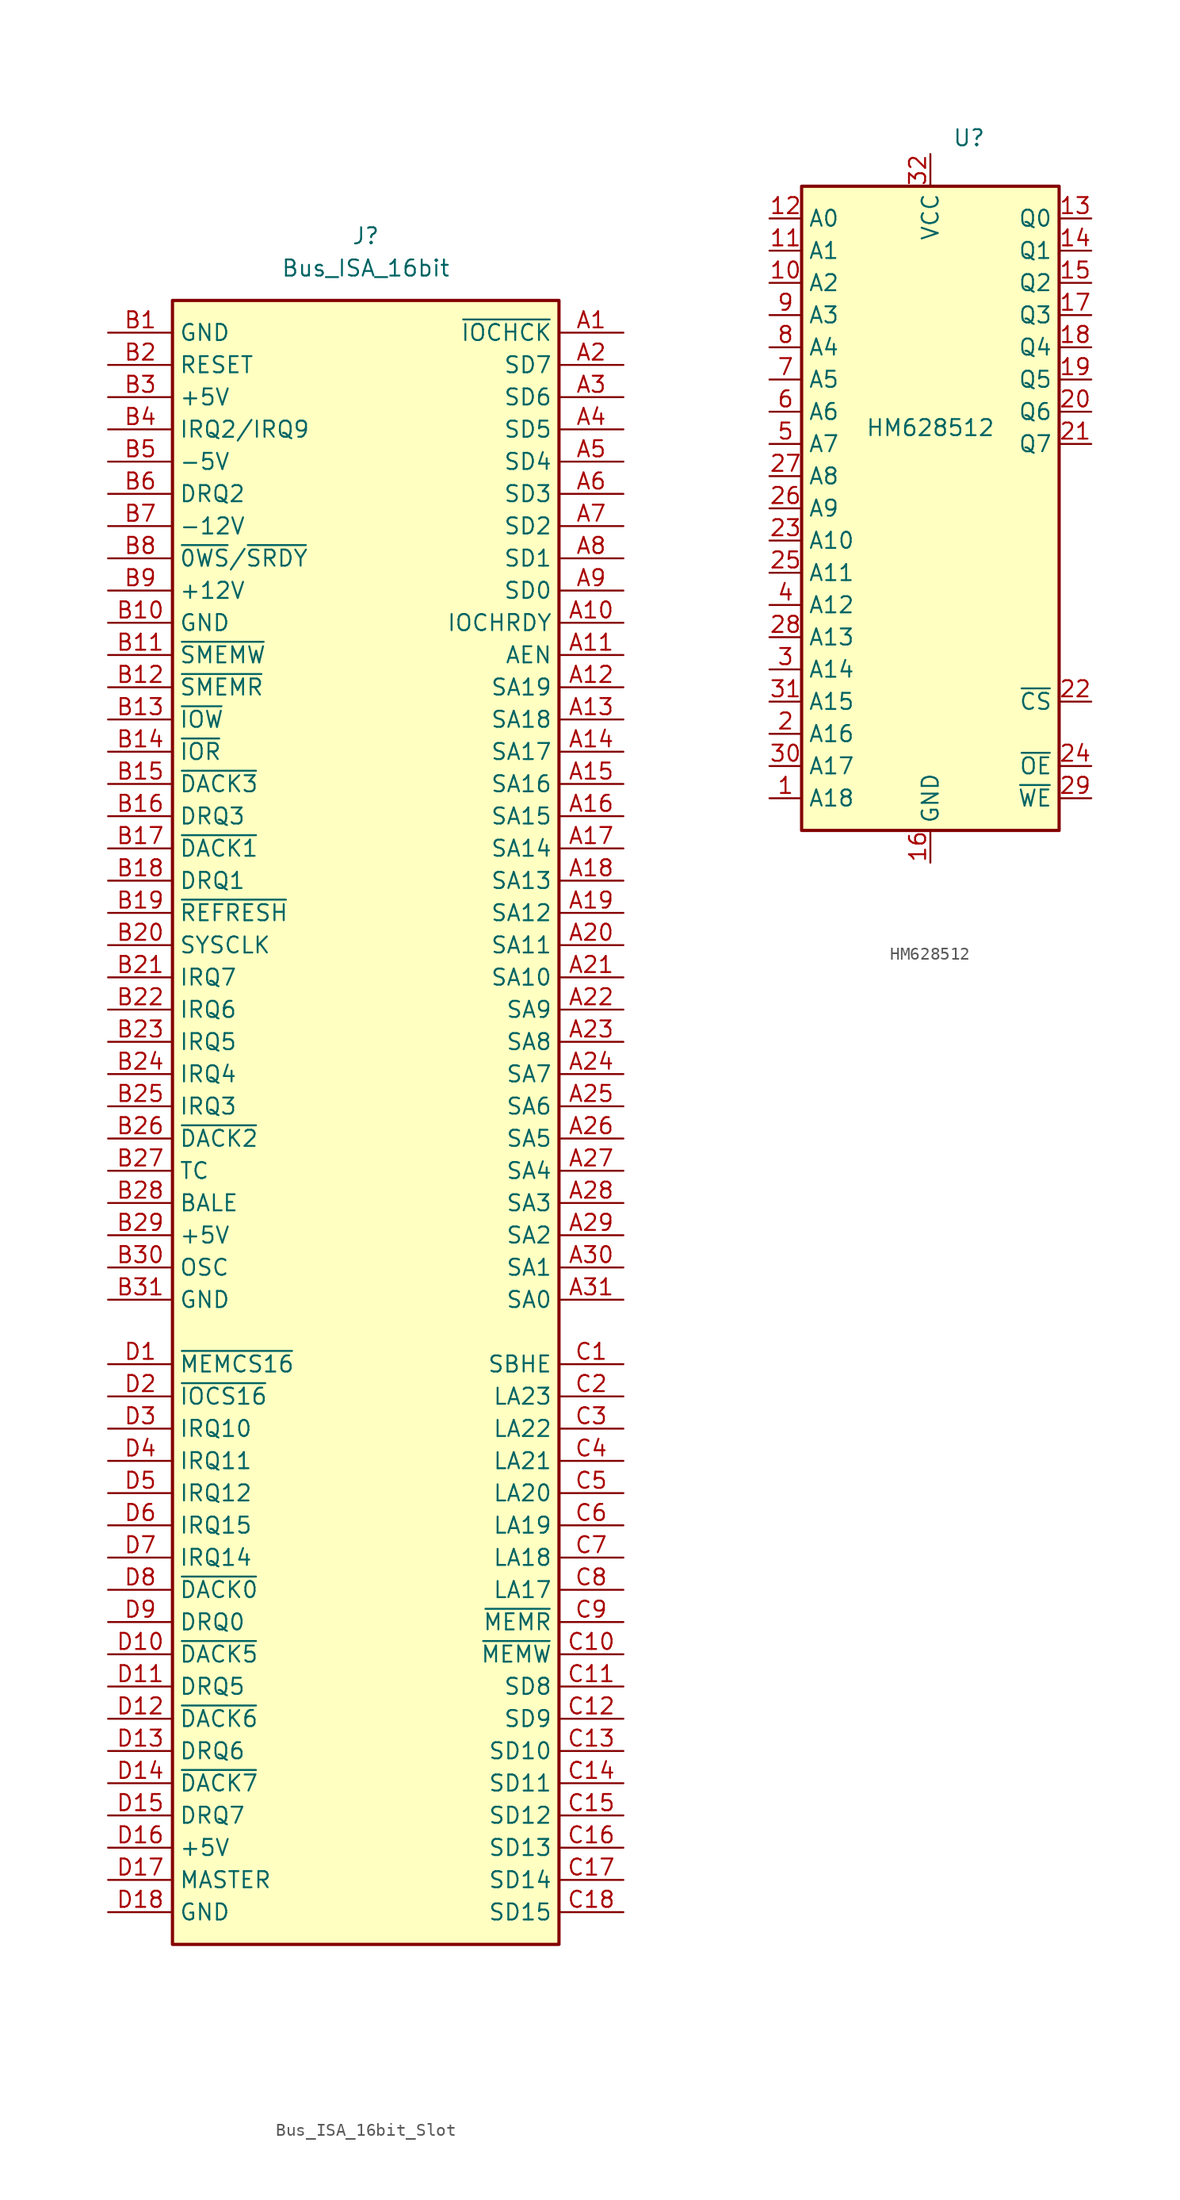
<source format=kicad_sym>
(kicad_symbol_lib
  (version 20241209)
  (generator "kicad_symbol_editor")
  (generator_version "9.0")
  (symbol "Bus_ISA_16bit_Slot"
    (property "Reference" "J"
      (at 0 71.12 0)
      (effects (font (size 1.27 1.27))))
    (property "Value" "Bus_ISA_16bit"
      (at 0 68.58 0)
      (effects (font (size 1.27 1.27))))
    (symbol "Bus_ISA_16bit_Slot_0_1"
      (rectangle (start -15.24 -63.5) (end 15.24 66.04) (stroke (width 0.254) (type default)) (fill (type background))))
    (symbol "Bus_ISA_16bit_Slot_1_1"
      (pin power_in line (at -20.32 63.5 0) (length 5.08) (name "GND" (effects (font (size 1.27 1.27)))) (number "B1" (effects (font (size 1.27 1.27)))))
      (pin input line (at -20.32 60.96 0) (length 5.08) (name "RESET" (effects (font (size 1.27 1.27)))) (number "B2" (effects (font (size 1.27 1.27)))))
      (pin power_in line (at -20.32 58.42 0) (length 5.08) (name "+5V" (effects (font (size 1.27 1.27)))) (number "B3" (effects (font (size 1.27 1.27)))))
      (pin open_collector line (at -20.32 55.88 0) (length 5.08) (name "IRQ2/IRQ9" (effects (font (size 1.27 1.27)))) (number "B4" (effects (font (size 1.27 1.27)))))
      (pin power_in line (at -20.32 53.34 0) (length 5.08) (name "-5V" (effects (font (size 1.27 1.27)))) (number "B5" (effects (font (size 1.27 1.27)))))
      (pin output line (at -20.32 50.8 0) (length 5.08) (name "DRQ2" (effects (font (size 1.27 1.27)))) (number "B6" (effects (font (size 1.27 1.27)))))
      (pin power_in line (at -20.32 48.26 0) (length 5.08) (name "-12V" (effects (font (size 1.27 1.27)))) (number "B7" (effects (font (size 1.27 1.27)))))
      (pin passive line (at -20.32 45.72 0) (length 5.08) (name "~{0WS}/~{SRDY}" (effects (font (size 1.27 1.27)))) (number "B8" (effects (font (size 1.27 1.27)))))
      (pin power_in line (at -20.32 43.18 0) (length 5.08) (name "+12V" (effects (font (size 1.27 1.27)))) (number "B9" (effects (font (size 1.27 1.27)))))
      (pin power_in line (at -20.32 40.64 0) (length 5.08) (name "GND" (effects (font (size 1.27 1.27)))) (number "B10" (effects (font (size 1.27 1.27)))))
      (pin tri_state line (at -20.32 38.1 0) (length 5.08) (name "~{SMEMW}" (effects (font (size 1.27 1.27)))) (number "B11" (effects (font (size 1.27 1.27)))))
      (pin tri_state line (at -20.32 35.56 0) (length 5.08) (name "~{SMEMR}" (effects (font (size 1.27 1.27)))) (number "B12" (effects (font (size 1.27 1.27)))))
      (pin tri_state line (at -20.32 33.02 0) (length 5.08) (name "~{IOW}" (effects (font (size 1.27 1.27)))) (number "B13" (effects (font (size 1.27 1.27)))))
      (pin tri_state line (at -20.32 30.48 0) (length 5.08) (name "~{IOR}" (effects (font (size 1.27 1.27)))) (number "B14" (effects (font (size 1.27 1.27)))))
      (pin input line (at -20.32 27.94 0) (length 5.08) (name "~{DACK3}" (effects (font (size 1.27 1.27)))) (number "B15" (effects (font (size 1.27 1.27)))))
      (pin output line (at -20.32 25.4 0) (length 5.08) (name "DRQ3" (effects (font (size 1.27 1.27)))) (number "B16" (effects (font (size 1.27 1.27)))))
      (pin input line (at -20.32 22.86 0) (length 5.08) (name "~{DACK1}" (effects (font (size 1.27 1.27)))) (number "B17" (effects (font (size 1.27 1.27)))))
      (pin output line (at -20.32 20.32 0) (length 5.08) (name "DRQ1" (effects (font (size 1.27 1.27)))) (number "B18" (effects (font (size 1.27 1.27)))))
      (pin passive line (at -20.32 17.78 0) (length 5.08) (name "~{REFRESH}" (effects (font (size 1.27 1.27)))) (number "B19" (effects (font (size 1.27 1.27)))))
      (pin input line (at -20.32 15.24 0) (length 5.08) (name "SYSCLK" (effects (font (size 1.27 1.27)))) (number "B20" (effects (font (size 1.27 1.27)))))
      (pin open_collector line (at -20.32 12.7 0) (length 5.08) (name "IRQ7" (effects (font (size 1.27 1.27)))) (number "B21" (effects (font (size 1.27 1.27)))))
      (pin open_collector line (at -20.32 10.16 0) (length 5.08) (name "IRQ6" (effects (font (size 1.27 1.27)))) (number "B22" (effects (font (size 1.27 1.27)))))
      (pin open_collector line (at -20.32 7.62 0) (length 5.08) (name "IRQ5" (effects (font (size 1.27 1.27)))) (number "B23" (effects (font (size 1.27 1.27)))))
      (pin open_collector line (at -20.32 5.08 0) (length 5.08) (name "IRQ4" (effects (font (size 1.27 1.27)))) (number "B24" (effects (font (size 1.27 1.27)))))
      (pin open_collector line (at -20.32 2.54 0) (length 5.08) (name "IRQ3" (effects (font (size 1.27 1.27)))) (number "B25" (effects (font (size 1.27 1.27)))))
      (pin input line (at -20.32 0 0) (length 5.08) (name "~{DACK2}" (effects (font (size 1.27 1.27)))) (number "B26" (effects (font (size 1.27 1.27)))))
      (pin input line (at -20.32 -2.54 0) (length 5.08) (name "TC" (effects (font (size 1.27 1.27)))) (number "B27" (effects (font (size 1.27 1.27)))))
      (pin tri_state line (at -20.32 -5.08 0) (length 5.08) (name "BALE" (effects (font (size 1.27 1.27)))) (number "B28" (effects (font (size 1.27 1.27)))))
      (pin power_in line (at -20.32 -7.62 0) (length 5.08) (name "+5V" (effects (font (size 1.27 1.27)))) (number "B29" (effects (font (size 1.27 1.27)))))
      (pin input line (at -20.32 -10.16 0) (length 5.08) (name "OSC" (effects (font (size 1.27 1.27)))) (number "B30" (effects (font (size 1.27 1.27)))))
      (pin power_in line (at -20.32 -12.7 0) (length 5.08) (name "GND" (effects (font (size 1.27 1.27)))) (number "B31" (effects (font (size 1.27 1.27)))))
      (pin open_collector line (at -20.32 -17.78 0) (length 5.08) (name "~{MEMCS16}" (effects (font (size 1.27 1.27)))) (number "D1" (effects (font (size 1.27 1.27)))))
      (pin open_collector line (at -20.32 -20.32 0) (length 5.08) (name "~{IOCS16}" (effects (font (size 1.27 1.27)))) (number "D2" (effects (font (size 1.27 1.27)))))
      (pin open_collector line (at -20.32 -22.86 0) (length 5.08) (name "IRQ10" (effects (font (size 1.27 1.27)))) (number "D3" (effects (font (size 1.27 1.27)))))
      (pin open_collector line (at -20.32 -25.4 0) (length 5.08) (name "IRQ11" (effects (font (size 1.27 1.27)))) (number "D4" (effects (font (size 1.27 1.27)))))
      (pin open_collector line (at -20.32 -27.94 0) (length 5.08) (name "IRQ12" (effects (font (size 1.27 1.27)))) (number "D5" (effects (font (size 1.27 1.27)))))
      (pin open_collector line (at -20.32 -30.48 0) (length 5.08) (name "IRQ15" (effects (font (size 1.27 1.27)))) (number "D6" (effects (font (size 1.27 1.27)))))
      (pin open_collector line (at -20.32 -33.02 0) (length 5.08) (name "IRQ14" (effects (font (size 1.27 1.27)))) (number "D7" (effects (font (size 1.27 1.27)))))
      (pin input line (at -20.32 -35.56 0) (length 5.08) (name "~{DACK0}" (effects (font (size 1.27 1.27)))) (number "D8" (effects (font (size 1.27 1.27)))))
      (pin output line (at -20.32 -38.1 0) (length 5.08) (name "DRQ0" (effects (font (size 1.27 1.27)))) (number "D9" (effects (font (size 1.27 1.27)))))
      (pin input line (at -20.32 -40.64 0) (length 5.08) (name "~{DACK5}" (effects (font (size 1.27 1.27)))) (number "D10" (effects (font (size 1.27 1.27)))))
      (pin output line (at -20.32 -43.18 0) (length 5.08) (name "DRQ5" (effects (font (size 1.27 1.27)))) (number "D11" (effects (font (size 1.27 1.27)))))
      (pin input line (at -20.32 -45.72 0) (length 5.08) (name "~{DACK6}" (effects (font (size 1.27 1.27)))) (number "D12" (effects (font (size 1.27 1.27)))))
      (pin output line (at -20.32 -48.26 0) (length 5.08) (name "DRQ6" (effects (font (size 1.27 1.27)))) (number "D13" (effects (font (size 1.27 1.27)))))
      (pin input line (at -20.32 -50.8 0) (length 5.08) (name "~{DACK7}" (effects (font (size 1.27 1.27)))) (number "D14" (effects (font (size 1.27 1.27)))))
      (pin output line (at -20.32 -53.34 0) (length 5.08) (name "DRQ7" (effects (font (size 1.27 1.27)))) (number "D15" (effects (font (size 1.27 1.27)))))
      (pin power_in line (at -20.32 -55.88 0) (length 5.08) (name "+5V" (effects (font (size 1.27 1.27)))) (number "D16" (effects (font (size 1.27 1.27)))))
      (pin open_collector line (at -20.32 -58.42 0) (length 5.08) (name "MASTER" (effects (font (size 1.27 1.27)))) (number "D17" (effects (font (size 1.27 1.27)))))
      (pin power_in line (at -20.32 -60.96 0) (length 5.08) (name "GND" (effects (font (size 1.27 1.27)))) (number "D18" (effects (font (size 1.27 1.27)))))
      (pin open_collector line (at 20.32 63.5 180) (length 5.08) (name "~{IOCHCK}" (effects (font (size 1.27 1.27)))) (number "A1" (effects (font (size 1.27 1.27)))))
      (pin tri_state line (at 20.32 60.96 180) (length 5.08) (name "SD7" (effects (font (size 1.27 1.27)))) (number "A2" (effects (font (size 1.27 1.27)))))
      (pin tri_state line (at 20.32 58.42 180) (length 5.08) (name "SD6" (effects (font (size 1.27 1.27)))) (number "A3" (effects (font (size 1.27 1.27)))))
      (pin tri_state line (at 20.32 55.88 180) (length 5.08) (name "SD5" (effects (font (size 1.27 1.27)))) (number "A4" (effects (font (size 1.27 1.27)))))
      (pin tri_state line (at 20.32 53.34 180) (length 5.08) (name "SD4" (effects (font (size 1.27 1.27)))) (number "A5" (effects (font (size 1.27 1.27)))))
      (pin tri_state line (at 20.32 50.8 180) (length 5.08) (name "SD3" (effects (font (size 1.27 1.27)))) (number "A6" (effects (font (size 1.27 1.27)))))
      (pin tri_state line (at 20.32 48.26 180) (length 5.08) (name "SD2" (effects (font (size 1.27 1.27)))) (number "A7" (effects (font (size 1.27 1.27)))))
      (pin tri_state line (at 20.32 45.72 180) (length 5.08) (name "SD1" (effects (font (size 1.27 1.27)))) (number "A8" (effects (font (size 1.27 1.27)))))
      (pin tri_state line (at 20.32 43.18 180) (length 5.08) (name "SD0" (effects (font (size 1.27 1.27)))) (number "A9" (effects (font (size 1.27 1.27)))))
      (pin open_collector line (at 20.32 40.64 180) (length 5.08) (name "IOCHRDY" (effects (font (size 1.27 1.27)))) (number "A10" (effects (font (size 1.27 1.27)))))
      (pin input line (at 20.32 38.1 180) (length 5.08) (name "AEN" (effects (font (size 1.27 1.27)))) (number "A11" (effects (font (size 1.27 1.27)))))
      (pin tri_state line (at 20.32 35.56 180) (length 5.08) (name "SA19" (effects (font (size 1.27 1.27)))) (number "A12" (effects (font (size 1.27 1.27)))))
      (pin tri_state line (at 20.32 33.02 180) (length 5.08) (name "SA18" (effects (font (size 1.27 1.27)))) (number "A13" (effects (font (size 1.27 1.27)))))
      (pin tri_state line (at 20.32 30.48 180) (length 5.08) (name "SA17" (effects (font (size 1.27 1.27)))) (number "A14" (effects (font (size 1.27 1.27)))))
      (pin tri_state line (at 20.32 27.94 180) (length 5.08) (name "SA16" (effects (font (size 1.27 1.27)))) (number "A15" (effects (font (size 1.27 1.27)))))
      (pin tri_state line (at 20.32 25.4 180) (length 5.08) (name "SA15" (effects (font (size 1.27 1.27)))) (number "A16" (effects (font (size 1.27 1.27)))))
      (pin tri_state line (at 20.32 22.86 180) (length 5.08) (name "SA14" (effects (font (size 1.27 1.27)))) (number "A17" (effects (font (size 1.27 1.27)))))
      (pin tri_state line (at 20.32 20.32 180) (length 5.08) (name "SA13" (effects (font (size 1.27 1.27)))) (number "A18" (effects (font (size 1.27 1.27)))))
      (pin tri_state line (at 20.32 17.78 180) (length 5.08) (name "SA12" (effects (font (size 1.27 1.27)))) (number "A19" (effects (font (size 1.27 1.27)))))
      (pin tri_state line (at 20.32 15.24 180) (length 5.08) (name "SA11" (effects (font (size 1.27 1.27)))) (number "A20" (effects (font (size 1.27 1.27)))))
      (pin tri_state line (at 20.32 12.7 180) (length 5.08) (name "SA10" (effects (font (size 1.27 1.27)))) (number "A21" (effects (font (size 1.27 1.27)))))
      (pin tri_state line (at 20.32 10.16 180) (length 5.08) (name "SA9" (effects (font (size 1.27 1.27)))) (number "A22" (effects (font (size 1.27 1.27)))))
      (pin tri_state line (at 20.32 7.62 180) (length 5.08) (name "SA8" (effects (font (size 1.27 1.27)))) (number "A23" (effects (font (size 1.27 1.27)))))
      (pin tri_state line (at 20.32 5.08 180) (length 5.08) (name "SA7" (effects (font (size 1.27 1.27)))) (number "A24" (effects (font (size 1.27 1.27)))))
      (pin tri_state line (at 20.32 2.54 180) (length 5.08) (name "SA6" (effects (font (size 1.27 1.27)))) (number "A25" (effects (font (size 1.27 1.27)))))
      (pin tri_state line (at 20.32 0 180) (length 5.08) (name "SA5" (effects (font (size 1.27 1.27)))) (number "A26" (effects (font (size 1.27 1.27)))))
      (pin tri_state line (at 20.32 -2.54 180) (length 5.08) (name "SA4" (effects (font (size 1.27 1.27)))) (number "A27" (effects (font (size 1.27 1.27)))))
      (pin tri_state line (at 20.32 -5.08 180) (length 5.08) (name "SA3" (effects (font (size 1.27 1.27)))) (number "A28" (effects (font (size 1.27 1.27)))))
      (pin tri_state line (at 20.32 -7.62 180) (length 5.08) (name "SA2" (effects (font (size 1.27 1.27)))) (number "A29" (effects (font (size 1.27 1.27)))))
      (pin tri_state line (at 20.32 -10.16 180) (length 5.08) (name "SA1" (effects (font (size 1.27 1.27)))) (number "A30" (effects (font (size 1.27 1.27)))))
      (pin tri_state line (at 20.32 -12.7 180) (length 5.08) (name "SA0" (effects (font (size 1.27 1.27)))) (number "A31" (effects (font (size 1.27 1.27)))))
      (pin tri_state line (at 20.32 -17.78 180) (length 5.08) (name "SBHE" (effects (font (size 1.27 1.27)))) (number "C1" (effects (font (size 1.27 1.27)))))
      (pin tri_state line (at 20.32 -20.32 180) (length 5.08) (name "LA23" (effects (font (size 1.27 1.27)))) (number "C2" (effects (font (size 1.27 1.27)))))
      (pin tri_state line (at 20.32 -22.86 180) (length 5.08) (name "LA22" (effects (font (size 1.27 1.27)))) (number "C3" (effects (font (size 1.27 1.27)))))
      (pin tri_state line (at 20.32 -25.4 180) (length 5.08) (name "LA21" (effects (font (size 1.27 1.27)))) (number "C4" (effects (font (size 1.27 1.27)))))
      (pin tri_state line (at 20.32 -27.94 180) (length 5.08) (name "LA20" (effects (font (size 1.27 1.27)))) (number "C5" (effects (font (size 1.27 1.27)))))
      (pin tri_state line (at 20.32 -30.48 180) (length 5.08) (name "LA19" (effects (font (size 1.27 1.27)))) (number "C6" (effects (font (size 1.27 1.27)))))
      (pin tri_state line (at 20.32 -33.02 180) (length 5.08) (name "LA18" (effects (font (size 1.27 1.27)))) (number "C7" (effects (font (size 1.27 1.27)))))
      (pin tri_state line (at 20.32 -35.56 180) (length 5.08) (name "LA17" (effects (font (size 1.27 1.27)))) (number "C8" (effects (font (size 1.27 1.27)))))
      (pin tri_state line (at 20.32 -38.1 180) (length 5.08) (name "~{MEMR}" (effects (font (size 1.27 1.27)))) (number "C9" (effects (font (size 1.27 1.27)))))
      (pin tri_state line (at 20.32 -40.64 180) (length 5.08) (name "~{MEMW}" (effects (font (size 1.27 1.27)))) (number "C10" (effects (font (size 1.27 1.27)))))
      (pin tri_state line (at 20.32 -43.18 180) (length 5.08) (name "SD8" (effects (font (size 1.27 1.27)))) (number "C11" (effects (font (size 1.27 1.27)))))
      (pin tri_state line (at 20.32 -45.72 180) (length 5.08) (name "SD9" (effects (font (size 1.27 1.27)))) (number "C12" (effects (font (size 1.27 1.27)))))
      (pin tri_state line (at 20.32 -48.26 180) (length 5.08) (name "SD10" (effects (font (size 1.27 1.27)))) (number "C13" (effects (font (size 1.27 1.27)))))
      (pin tri_state line (at 20.32 -50.8 180) (length 5.08) (name "SD11" (effects (font (size 1.27 1.27)))) (number "C14" (effects (font (size 1.27 1.27)))))
      (pin tri_state line (at 20.32 -53.34 180) (length 5.08) (name "SD12" (effects (font (size 1.27 1.27)))) (number "C15" (effects (font (size 1.27 1.27)))))
      (pin tri_state line (at 20.32 -55.88 180) (length 5.08) (name "SD13" (effects (font (size 1.27 1.27)))) (number "C16" (effects (font (size 1.27 1.27)))))
      (pin tri_state line (at 20.32 -58.42 180) (length 5.08) (name "SD14" (effects (font (size 1.27 1.27)))) (number "C17" (effects (font (size 1.27 1.27)))))
      (pin tri_state line (at 20.32 -60.96 180) (length 5.08) (name "SD15" (effects (font (size 1.27 1.27)))) (number "C18" (effects (font (size 1.27 1.27)))))))
  (symbol "HM628512"
    (property "Reference" "U"
      (at 3.048 29.21 0)
      (effects (font (size 1.27 1.27))))
    (property "Value" "HM628512"
      (at 0 6.35 0)
      (effects (font (size 1.27 1.27))))
    (symbol "HM628512_0_1"
      (rectangle (start -10.16 25.4) (end 10.16 -25.4) (stroke (width 0.254) (type default)) (fill (type background))))
    (symbol "HM628512_1_0"
      (pin power_in line (at 0 27.94 270) (length 2.54) (name "VCC" (effects (font (size 1.27 1.27)))) (number "32" (effects (font (size 1.27 1.27)))))
      (pin power_in line (at 0 -27.94 90) (length 2.54) (name "GND" (effects (font (size 1.27 1.27)))) (number "16" (effects (font (size 1.27 1.27))))))
    (symbol "HM628512_1_1"
      (pin input line (at -12.7 22.86 0) (length 2.54) (name "A0" (effects (font (size 1.27 1.27)))) (number "12" (effects (font (size 1.27 1.27)))))
      (pin input line (at -12.7 20.32 0) (length 2.54) (name "A1" (effects (font (size 1.27 1.27)))) (number "11" (effects (font (size 1.27 1.27)))))
      (pin input line (at -12.7 17.78 0) (length 2.54) (name "A2" (effects (font (size 1.27 1.27)))) (number "10" (effects (font (size 1.27 1.27)))))
      (pin input line (at -12.7 15.24 0) (length 2.54) (name "A3" (effects (font (size 1.27 1.27)))) (number "9" (effects (font (size 1.27 1.27)))))
      (pin input line (at -12.7 12.7 0) (length 2.54) (name "A4" (effects (font (size 1.27 1.27)))) (number "8" (effects (font (size 1.27 1.27)))))
      (pin input line (at -12.7 10.16 0) (length 2.54) (name "A5" (effects (font (size 1.27 1.27)))) (number "7" (effects (font (size 1.27 1.27)))))
      (pin input line (at -12.7 7.62 0) (length 2.54) (name "A6" (effects (font (size 1.27 1.27)))) (number "6" (effects (font (size 1.27 1.27)))))
      (pin input line (at -12.7 5.08 0) (length 2.54) (name "A7" (effects (font (size 1.27 1.27)))) (number "5" (effects (font (size 1.27 1.27)))))
      (pin input line (at -12.7 2.54 0) (length 2.54) (name "A8" (effects (font (size 1.27 1.27)))) (number "27" (effects (font (size 1.27 1.27)))))
      (pin input line (at -12.7 0 0) (length 2.54) (name "A9" (effects (font (size 1.27 1.27)))) (number "26" (effects (font (size 1.27 1.27)))))
      (pin input line (at -12.7 -2.54 0) (length 2.54) (name "A10" (effects (font (size 1.27 1.27)))) (number "23" (effects (font (size 1.27 1.27)))))
      (pin input line (at -12.7 -5.08 0) (length 2.54) (name "A11" (effects (font (size 1.27 1.27)))) (number "25" (effects (font (size 1.27 1.27)))))
      (pin input line (at -12.7 -7.62 0) (length 2.54) (name "A12" (effects (font (size 1.27 1.27)))) (number "4" (effects (font (size 1.27 1.27)))))
      (pin input line (at -12.7 -10.16 0) (length 2.54) (name "A13" (effects (font (size 1.27 1.27)))) (number "28" (effects (font (size 1.27 1.27)))))
      (pin input line (at -12.7 -12.7 0) (length 2.54) (name "A14" (effects (font (size 1.27 1.27)))) (number "3" (effects (font (size 1.27 1.27)))))
      (pin input line (at -12.7 -15.24 0) (length 2.54) (name "A15" (effects (font (size 1.27 1.27)))) (number "31" (effects (font (size 1.27 1.27)))))
      (pin input line (at -12.7 -17.78 0) (length 2.54) (name "A16" (effects (font (size 1.27 1.27)))) (number "2" (effects (font (size 1.27 1.27)))))
      (pin input line (at -12.7 -20.32 0) (length 2.54) (name "A17" (effects (font (size 1.27 1.27)))) (number "30" (effects (font (size 1.27 1.27)))))
      (pin input line (at -12.7 -22.86 0) (length 2.54) (name "A18" (effects (font (size 1.27 1.27)))) (number "1" (effects (font (size 1.27 1.27)))))
      (pin tri_state line (at 12.7 22.86 180) (length 2.54) (name "Q0" (effects (font (size 1.27 1.27)))) (number "13" (effects (font (size 1.27 1.27)))))
      (pin tri_state line (at 12.7 20.32 180) (length 2.54) (name "Q1" (effects (font (size 1.27 1.27)))) (number "14" (effects (font (size 1.27 1.27)))))
      (pin tri_state line (at 12.7 17.78 180) (length 2.54) (name "Q2" (effects (font (size 1.27 1.27)))) (number "15" (effects (font (size 1.27 1.27)))))
      (pin tri_state line (at 12.7 15.24 180) (length 2.54) (name "Q3" (effects (font (size 1.27 1.27)))) (number "17" (effects (font (size 1.27 1.27)))))
      (pin tri_state line (at 12.7 12.7 180) (length 2.54) (name "Q4" (effects (font (size 1.27 1.27)))) (number "18" (effects (font (size 1.27 1.27)))))
      (pin tri_state line (at 12.7 10.16 180) (length 2.54) (name "Q5" (effects (font (size 1.27 1.27)))) (number "19" (effects (font (size 1.27 1.27)))))
      (pin tri_state line (at 12.7 7.62 180) (length 2.54) (name "Q6" (effects (font (size 1.27 1.27)))) (number "20" (effects (font (size 1.27 1.27)))))
      (pin tri_state line (at 12.7 5.08 180) (length 2.54) (name "Q7" (effects (font (size 1.27 1.27)))) (number "21" (effects (font (size 1.27 1.27)))))
      (pin input line (at 12.7 -15.24 180) (length 2.54) (name "~{CS}" (effects (font (size 1.27 1.27)))) (number "22" (effects (font (size 1.27 1.27)))))
      (pin input line (at 12.7 -20.32 180) (length 2.54) (name "~{OE}" (effects (font (size 1.27 1.27)))) (number "24" (effects (font (size 1.27 1.27)))))
      (pin input line (at 12.7 -22.86 180) (length 2.54) (name "~{WE}" (effects (font (size 1.27 1.27)))) (number "29" (effects (font (size 1.27 1.27))))))))
</source>
